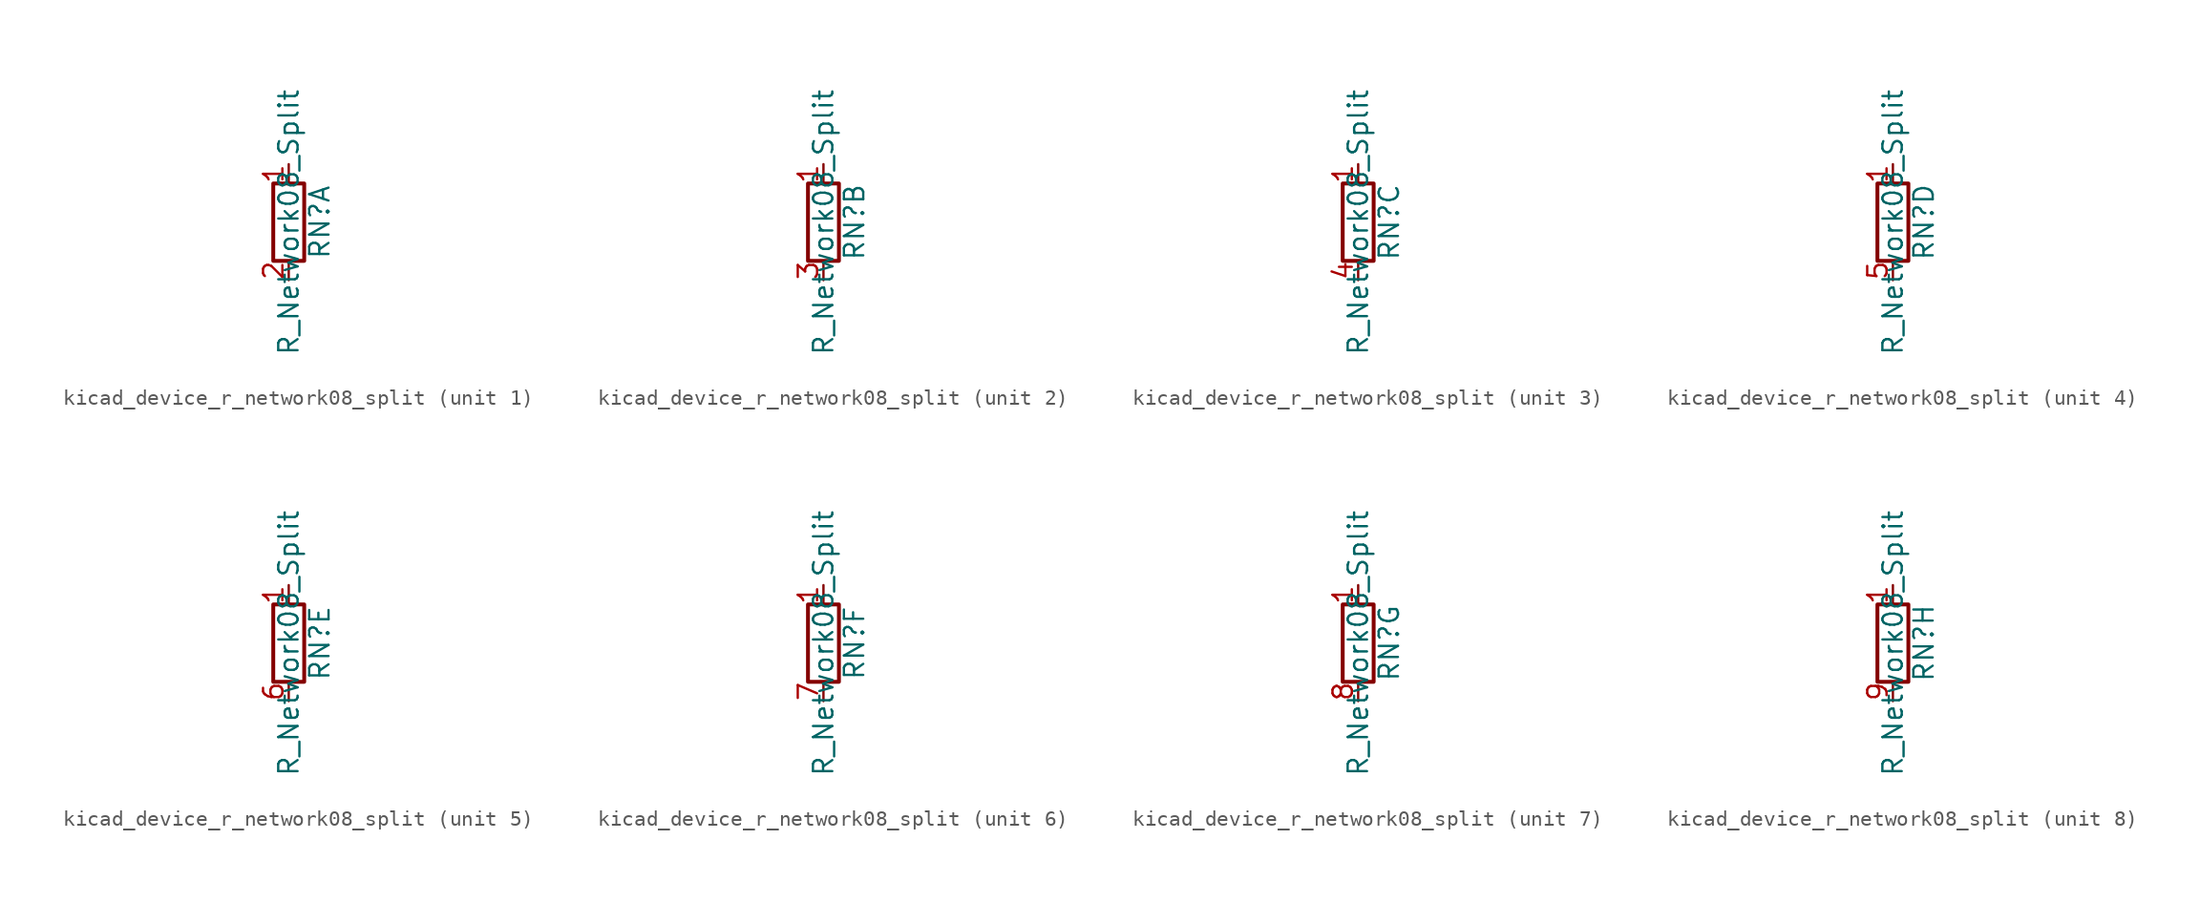
<source format=kicad_sym>
(kicad_symbol_lib
  (version 20220914)
  (generator kicad_symbol_editor)
  (symbol "kicad_device_r_network08_split"
    (pin_names
      (offset 0) hide)
    (property "Reference" "RN"
      (at 2.032 0 90)
      (effects (font (size 1.27 1.27))))
    (property "Value" "R_Network08_Split"
      (at 0 0 90)
      (effects (font (size 1.27 1.27))))
    (symbol "kicad_device_r_network08_split_0_1"
      (rectangle (start 1.016 2.54) (end -1.016 -2.54) (stroke (width 0.254) (type default)) (fill (type none)))
      (pin passive line (at 0 3.81 270) (length 1.27) (name "R1" (effects (font (size 1.27 1.27)))) (number "1" (effects (font (size 1.27 1.27))))))
    (symbol "kicad_device_r_network08_split_1_1"
      (pin passive line (at 0 -3.81 90) (length 1.27) (name "R1.2" (effects (font (size 1.27 1.27)))) (number "2" (effects (font (size 1.27 1.27))))))
    (symbol "kicad_device_r_network08_split_2_1"
      (pin passive line (at 0 -3.81 90) (length 1.27) (name "R2.2" (effects (font (size 1.27 1.27)))) (number "3" (effects (font (size 1.27 1.27))))))
    (symbol "kicad_device_r_network08_split_3_1"
      (pin passive line (at 0 -3.81 90) (length 1.27) (name "R3.2" (effects (font (size 1.27 1.27)))) (number "4" (effects (font (size 1.27 1.27))))))
    (symbol "kicad_device_r_network08_split_4_1"
      (pin passive line (at 0 -3.81 90) (length 1.27) (name "R4.2" (effects (font (size 1.27 1.27)))) (number "5" (effects (font (size 1.27 1.27))))))
    (symbol "kicad_device_r_network08_split_5_1"
      (pin passive line (at 0 -3.81 90) (length 1.27) (name "R5.2" (effects (font (size 1.27 1.27)))) (number "6" (effects (font (size 1.27 1.27))))))
    (symbol "kicad_device_r_network08_split_6_1"
      (pin passive line (at 0 -3.81 90) (length 1.27) (name "R6.2" (effects (font (size 1.27 1.27)))) (number "7" (effects (font (size 1.27 1.27))))))
    (symbol "kicad_device_r_network08_split_7_1"
      (pin passive line (at 0 -3.81 90) (length 1.27) (name "R7.2" (effects (font (size 1.27 1.27)))) (number "8" (effects (font (size 1.27 1.27))))))
    (symbol "kicad_device_r_network08_split_8_1"
      (pin passive line (at 0 -3.81 90) (length 1.27) (name "R8.2" (effects (font (size 1.27 1.27)))) (number "9" (effects (font (size 1.27 1.27))))))))
</source>
